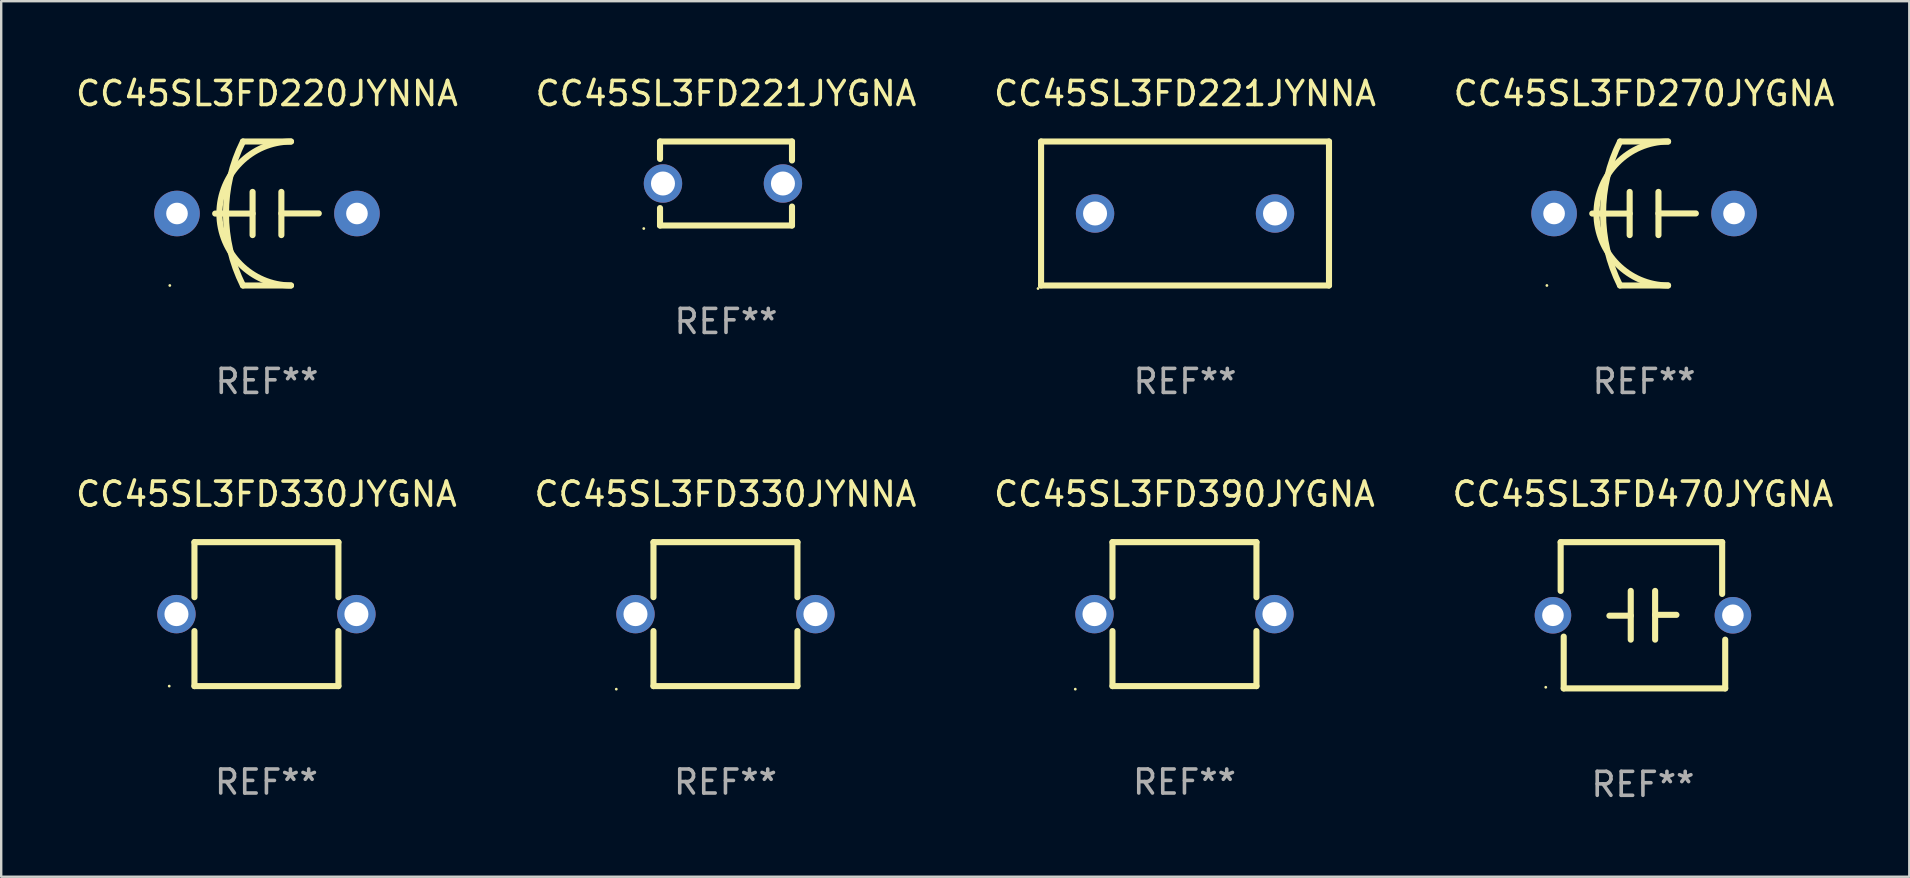
<source format=kicad_pcb>
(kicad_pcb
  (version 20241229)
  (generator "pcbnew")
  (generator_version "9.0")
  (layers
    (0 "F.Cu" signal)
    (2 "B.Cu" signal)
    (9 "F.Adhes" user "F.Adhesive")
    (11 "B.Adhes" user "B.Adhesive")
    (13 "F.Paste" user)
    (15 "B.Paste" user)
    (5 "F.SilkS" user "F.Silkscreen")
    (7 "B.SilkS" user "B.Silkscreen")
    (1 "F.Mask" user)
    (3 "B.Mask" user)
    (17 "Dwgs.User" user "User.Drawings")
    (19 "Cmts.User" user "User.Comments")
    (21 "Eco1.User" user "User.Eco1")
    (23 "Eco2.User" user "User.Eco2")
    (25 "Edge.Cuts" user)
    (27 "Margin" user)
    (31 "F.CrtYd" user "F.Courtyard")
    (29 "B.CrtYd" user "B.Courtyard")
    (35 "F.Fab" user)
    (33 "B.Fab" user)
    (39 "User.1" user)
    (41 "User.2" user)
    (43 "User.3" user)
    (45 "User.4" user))
  (footprint "CC45SL3FD470JYGNA"
    (layer "F.Cu")
    (at 65.423 22.593)
    (property "Reference" "CC45SL3FD470JYGNA" (at 0 -5.048 0) (layer "F.SilkS") (effects (font (size 1 1) (thickness 0.15))))
    (attr through_hole)
    (fp_line (start -3.429 -3.048) (end 3.302 -3.048) (stroke (width 0.254) (type solid)) (layer "F.SilkS"))
    (fp_line (start -3.429 -1.016) (end -3.429 -3.048) (stroke (width 0.254) (type solid)) (layer "F.SilkS"))
    (fp_line (start -3.302 3.048) (end -3.302 0.889) (stroke (width 0.254) (type solid)) (layer "F.SilkS"))
    (fp_line (start -0.508 0.018) (end -1.397 0.018) (stroke (width 0.254) (type solid)) (layer "F.SilkS"))
    (fp_line (start -0.508 1.016) (end -0.508 -1.016) (stroke (width 0.254) (type solid)) (layer "F.SilkS"))
    (fp_line (start 0.508 -1.016) (end 0.508 1.016) (stroke (width 0.254) (type solid)) (layer "F.SilkS"))
    (fp_line (start 0.508 -0.018) (end 1.397 -0.018) (stroke (width 0.254) (type solid)) (layer "F.SilkS"))
    (fp_line (start 3.302 -3.048) (end 3.302 -0.889) (stroke (width 0.254) (type solid)) (layer "F.SilkS"))
    (fp_line (start 3.429 1.016) (end 3.429 3.048) (stroke (width 0.254) (type solid)) (layer "F.SilkS"))
    (fp_line (start 3.429 3.048) (end -3.302 3.048) (stroke (width 0.254) (type solid)) (layer "F.SilkS"))
    (fp_circle (center -4.05 3) (end -4.02 3) (stroke (width 0.06) (type solid)) (fill no) (layer "F.SilkS"))
    (fp_text user "REF**" (at 0 7.048 0) (layer "F.Fab") (effects (font (size 1 1) (thickness 0.15))))
    (pad "1" thru_hole circle (at -3.75 0) (size 1.524 1.524) (drill 0.9) (layers "*.Cu" "*.Mask"))
    (pad "2" thru_hole circle (at 3.75 0) (size 1.524 1.524) (drill 0.9) (layers "*.Cu" "*.Mask")))
  (footprint "CC45SL3FD270JYGNA"
    (layer "F.Cu")
    (at 65.47 5.848)
    (property "Reference" "CC45SL3FD270JYGNA" (at 0 -5 0) (layer "F.SilkS") (effects (font (size 1 1) (thickness 0.15))))
    (attr through_hole)
    (fp_line (start -1 -3) (end 1 -3) (stroke (width 0.254) (type solid)) (layer "F.SilkS"))
    (fp_line (start -0.6 -0.9) (end -0.6 0.9) (stroke (width 0.254) (type solid)) (layer "F.SilkS"))
    (fp_line (start -0.6 0.003) (end -2.159 0.003) (stroke (width 0.254) (type solid)) (layer "F.SilkS"))
    (fp_line (start 0.6 -0.003) (end 2.159 -0.003) (stroke (width 0.254) (type solid)) (layer "F.SilkS"))
    (fp_line (start 0.6 0.9) (end 0.6 -0.9) (stroke (width 0.254) (type solid)) (layer "F.SilkS"))
    (fp_line (start 1 3) (end -1 3) (stroke (width 0.254) (type solid)) (layer "F.SilkS"))
    (fp_arc (start -1.000762 2.999746) (mid -1.708676 -0.000217) (end -1 -3) (stroke (width 0.254001) (type solid)) (layer "F.SilkS"))
    (fp_arc (start 1 3) (mid -1.999111 -0.000254) (end 1.000762 -2.999746) (stroke (width 0.254001) (type solid)) (layer "F.SilkS"))
    (fp_circle (center -4.05 3) (end -4.02 3) (stroke (width 0.06) (type solid)) (fill no) (layer "F.SilkS"))
    (fp_text user "REF**" (at 0 7 0) (layer "F.Fab") (effects (font (size 1 1) (thickness 0.15))))
    (pad "1" thru_hole circle (at -3.75 0) (size 1.9 1.9) (drill 0.9) (layers "*.Cu" "*.Mask"))
    (pad "2" thru_hole circle (at 3.75 0) (size 1.9 1.9) (drill 0.9) (layers "*.Cu" "*.Mask")))
  (footprint "CC45SL3FD221JYNNA"
    (layer "F.Cu")
    (at 46.339 5.848)
    (property "Reference" "CC45SL3FD221JYNNA" (at 0 -5 0) (layer "F.SilkS") (effects (font (size 1 1) (thickness 0.15))))
    (attr through_hole)
    (fp_line (start -6 -3) (end 6 -3) (stroke (width 0.254) (type solid)) (layer "F.SilkS"))
    (fp_line (start -6 3) (end -6 -3) (stroke (width 0.254) (type solid)) (layer "F.SilkS"))
    (fp_line (start 6 -3) (end 6 3) (stroke (width 0.254) (type solid)) (layer "F.SilkS"))
    (fp_line (start 6 3) (end -6 3) (stroke (width 0.254) (type solid)) (layer "F.SilkS"))
    (fp_circle (center -6.127 3.127) (end -6.097 3.127) (stroke (width 0.06) (type solid)) (fill no) (layer "F.SilkS"))
    (fp_text user "REF**" (at 0 7 0) (layer "F.Fab") (effects (font (size 1 1) (thickness 0.15))))
    (pad "1" thru_hole circle (at -3.75 0) (size 1.6 1.6) (drill 1) (layers "*.Cu" "*.Mask"))
    (pad "2" thru_hole circle (at 3.75 0) (size 1.6 1.6) (drill 1) (layers "*.Cu" "*.Mask")))
  (footprint "CC45SL3FD390JYGNA"
    (layer "F.Cu")
    (at 46.315 22.545)
    (property "Reference" "CC45SL3FD390JYGNA" (at 0 -5 0) (layer "F.SilkS") (effects (font (size 1 1) (thickness 0.15))))
    (attr through_hole)
    (fp_line (start -3 -3) (end -3 -0.706) (stroke (width 0.254) (type solid)) (layer "F.SilkS"))
    (fp_line (start -3 -3) (end 3 -3) (stroke (width 0.254) (type solid)) (layer "F.SilkS"))
    (fp_line (start -3 0.706) (end -3 3) (stroke (width 0.254) (type solid)) (layer "F.SilkS"))
    (fp_line (start 3 -3) (end 3 -0.706) (stroke (width 0.254) (type solid)) (layer "F.SilkS"))
    (fp_line (start 3 0.706) (end 3 3) (stroke (width 0.254) (type solid)) (layer "F.SilkS"))
    (fp_line (start 3 3) (end -3 3) (stroke (width 0.254) (type solid)) (layer "F.SilkS"))
    (fp_circle (center -4.55 3.127) (end -4.52 3.127) (stroke (width 0.06) (type solid)) (fill no) (layer "F.SilkS"))
    (fp_text user "REF**" (at 0 7 0) (layer "F.Fab") (effects (font (size 1 1) (thickness 0.15))))
    (pad "1" thru_hole circle (at -3.75 0) (size 1.6 1.6) (drill 1) (layers "*.Cu" "*.Mask"))
    (pad "2" thru_hole circle (at 3.75 0) (size 1.6 1.6) (drill 1) (layers "*.Cu" "*.Mask")))
  (footprint "CC45SL3FD221JYGNA"
    (layer "F.Cu")
    (at 27.208 4.598)
    (property "Reference" "CC45SL3FD221JYGNA" (at 0 -3.75 0) (layer "F.SilkS") (effects (font (size 1 1) (thickness 0.15))))
    (attr through_hole)
    (fp_line (start -2.75 -1.75) (end -2.75 -1.024) (stroke (width 0.254) (type solid)) (layer "F.SilkS"))
    (fp_line (start -2.75 -1.75) (end 2.75 -1.75) (stroke (width 0.254) (type solid)) (layer "F.SilkS"))
    (fp_line (start -2.75 1.024) (end -2.75 1.75) (stroke (width 0.254) (type solid)) (layer "F.SilkS"))
    (fp_line (start 2.75 -1.75) (end 2.75 -0.96) (stroke (width 0.254) (type solid)) (layer "F.SilkS"))
    (fp_line (start 2.75 0.96) (end 2.75 1.75) (stroke (width 0.254) (type solid)) (layer "F.SilkS"))
    (fp_line (start 2.75 1.75) (end -2.75 1.75) (stroke (width 0.254) (type solid)) (layer "F.SilkS"))
    (fp_circle (center -3.427 1.877) (end -3.397 1.877) (stroke (width 0.06) (type solid)) (fill no) (layer "F.SilkS"))
    (fp_text user "REF**" (at 0 5.75 0) (layer "F.Fab") (effects (font (size 1 1) (thickness 0.15))))
    (pad "1" thru_hole circle (at -2.627 0) (size 1.6 1.6) (drill 1) (layers "*.Cu" "*.Mask"))
    (pad "2" thru_hole circle (at 2.373 0) (size 1.6 1.6) (drill 1) (layers "*.Cu" "*.Mask")))
  (footprint "CC45SL3FD220JYNNA"
    (layer "F.Cu")
    (at 8.077 5.848)
    (property "Reference" "CC45SL3FD220JYNNA" (at 0 -5 0) (layer "F.SilkS") (effects (font (size 1 1) (thickness 0.15))))
    (attr through_hole)
    (fp_line (start -1 -3) (end 1 -3) (stroke (width 0.254) (type solid)) (layer "F.SilkS"))
    (fp_line (start -0.6 -0.9) (end -0.6 0.9) (stroke (width 0.254) (type solid)) (layer "F.SilkS"))
    (fp_line (start -0.6 0.003) (end -2.159 0.003) (stroke (width 0.254) (type solid)) (layer "F.SilkS"))
    (fp_line (start 0.6 -0.003) (end 2.159 -0.003) (stroke (width 0.254) (type solid)) (layer "F.SilkS"))
    (fp_line (start 0.6 0.9) (end 0.6 -0.9) (stroke (width 0.254) (type solid)) (layer "F.SilkS"))
    (fp_line (start 1 3) (end -1 3) (stroke (width 0.254) (type solid)) (layer "F.SilkS"))
    (fp_arc (start -1.000762 2.999746) (mid -1.708676 -0.000217) (end -1 -3) (stroke (width 0.254001) (type solid)) (layer "F.SilkS"))
    (fp_arc (start 1 3) (mid -1.999111 -0.000254) (end 1.000762 -2.999746) (stroke (width 0.254001) (type solid)) (layer "F.SilkS"))
    (fp_circle (center -4.05 3) (end -4.02 3) (stroke (width 0.06) (type solid)) (fill no) (layer "F.SilkS"))
    (fp_text user "REF**" (at 0 7 0) (layer "F.Fab") (effects (font (size 1 1) (thickness 0.15))))
    (pad "1" thru_hole circle (at -3.75 0) (size 1.9 1.9) (drill 0.9) (layers "*.Cu" "*.Mask"))
    (pad "2" thru_hole circle (at 3.75 0) (size 1.9 1.9) (drill 0.9) (layers "*.Cu" "*.Mask")))
  (footprint "CC45SL3FD330JYNNA"
    (layer "F.Cu")
    (at 27.185 22.545)
    (property "Reference" "CC45SL3FD330JYNNA" (at 0 -5 0) (layer "F.SilkS") (effects (font (size 1 1) (thickness 0.15))))
    (attr through_hole)
    (fp_line (start -3 -3) (end -3 -0.706) (stroke (width 0.254) (type solid)) (layer "F.SilkS"))
    (fp_line (start -3 -3) (end 3 -3) (stroke (width 0.254) (type solid)) (layer "F.SilkS"))
    (fp_line (start -3 0.706) (end -3 3) (stroke (width 0.254) (type solid)) (layer "F.SilkS"))
    (fp_line (start 3 -3) (end 3 -0.706) (stroke (width 0.254) (type solid)) (layer "F.SilkS"))
    (fp_line (start 3 0.706) (end 3 3) (stroke (width 0.254) (type solid)) (layer "F.SilkS"))
    (fp_line (start 3 3) (end -3 3) (stroke (width 0.254) (type solid)) (layer "F.SilkS"))
    (fp_circle (center -4.55 3.127) (end -4.52 3.127) (stroke (width 0.06) (type solid)) (fill no) (layer "F.SilkS"))
    (fp_text user "REF**" (at 0 7 0) (layer "F.Fab") (effects (font (size 1 1) (thickness 0.15))))
    (pad "1" thru_hole circle (at -3.75 0) (size 1.6 1.6) (drill 1) (layers "*.Cu" "*.Mask"))
    (pad "2" thru_hole circle (at 3.75 0) (size 1.6 1.6) (drill 1) (layers "*.Cu" "*.Mask")))
  (footprint "CC45SL3FD330JYGNA"
    (layer "F.Cu")
    (at 8.054 22.545)
    (property "Reference" "CC45SL3FD330JYGNA" (at 0 -5 0) (layer "F.SilkS") (effects (font (size 1 1) (thickness 0.15))))
    (attr through_hole)
    (fp_line (start -3 -3) (end -3 -0.706) (stroke (width 0.254) (type solid)) (layer "F.SilkS"))
    (fp_line (start -3 -3) (end 3 -3) (stroke (width 0.254) (type solid)) (layer "F.SilkS"))
    (fp_line (start -3 0.706) (end -3 3) (stroke (width 0.254) (type solid)) (layer "F.SilkS"))
    (fp_line (start 3 -3) (end 3 -0.706) (stroke (width 0.254) (type solid)) (layer "F.SilkS"))
    (fp_line (start 3 0.706) (end 3 3) (stroke (width 0.254) (type solid)) (layer "F.SilkS"))
    (fp_line (start 3 3) (end -3 3) (stroke (width 0.254) (type solid)) (layer "F.SilkS"))
    (fp_circle (center -4.051 3) (end -4.021 3) (stroke (width 0.06) (type solid)) (fill no) (layer "F.SilkS"))
    (fp_text user "REF**" (at 0 7 0) (layer "F.Fab") (effects (font (size 1 1) (thickness 0.15))))
    (pad "1" thru_hole circle (at -3.75 0) (size 1.6 1.6) (drill 1) (layers "*.Cu" "*.Mask"))
    (pad "2" thru_hole circle (at 3.75 0) (size 1.6 1.6) (drill 1) (layers "*.Cu" "*.Mask")))
  (gr_rect
    (start -3 -3)
    (end 76.524 33.489)
    (stroke (width 0.1) (type default))
    (fill no)
    (layer "Edge.Cuts")))
</source>
